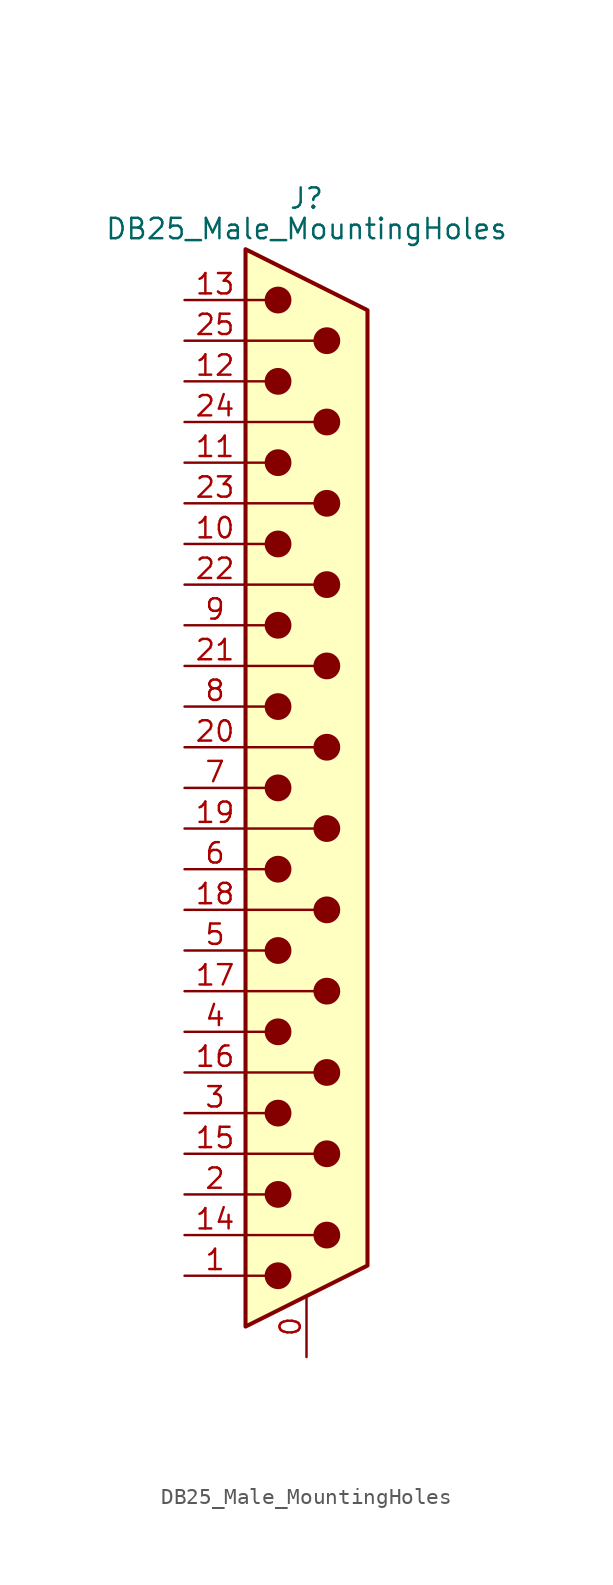
<source format=kicad_sym>
(kicad_symbol_lib
  (version 20211014)
  (generator kicad_symbol_editor)
  (symbol "DB25_Male_MountingHoles"
    (pin_names
      (offset 1.016) hide)
    (property "Reference" "J"
      (at 0 36.83 0)
      (effects (font (size 1.27 1.27))))
    (property "Value" "DB25_Male_MountingHoles"
      (at 0 34.925 0)
      (effects (font (size 1.27 1.27))))
    (symbol "DB25_Male_MountingHoles_0_1"
      (circle (center -1.778 -30.48) (radius 0.762) (stroke (width 0) (type default) (color 0 0 0 0)) (fill (type outline)))
      (circle (center -1.778 -25.4) (radius 0.762) (stroke (width 0) (type default) (color 0 0 0 0)) (fill (type outline)))
      (circle (center -1.778 -20.32) (radius 0.762) (stroke (width 0) (type default) (color 0 0 0 0)) (fill (type outline)))
      (circle (center -1.778 -15.24) (radius 0.762) (stroke (width 0) (type default) (color 0 0 0 0)) (fill (type outline)))
      (circle (center -1.778 -10.16) (radius 0.762) (stroke (width 0) (type default) (color 0 0 0 0)) (fill (type outline)))
      (circle (center -1.778 -5.08) (radius 0.762) (stroke (width 0) (type default) (color 0 0 0 0)) (fill (type outline)))
      (circle (center -1.778 0) (radius 0.762) (stroke (width 0) (type default) (color 0 0 0 0)) (fill (type outline)))
      (circle (center -1.778 5.08) (radius 0.762) (stroke (width 0) (type default) (color 0 0 0 0)) (fill (type outline)))
      (circle (center -1.778 10.16) (radius 0.762) (stroke (width 0) (type default) (color 0 0 0 0)) (fill (type outline)))
      (circle (center -1.778 15.24) (radius 0.762) (stroke (width 0) (type default) (color 0 0 0 0)) (fill (type outline)))
      (circle (center -1.778 20.32) (radius 0.762) (stroke (width 0) (type default) (color 0 0 0 0)) (fill (type outline)))
      (circle (center -1.778 25.4) (radius 0.762) (stroke (width 0) (type default) (color 0 0 0 0)) (fill (type outline)))
      (circle (center -1.778 30.48) (radius 0.762) (stroke (width 0) (type default) (color 0 0 0 0)) (fill (type outline)))
      (polyline (pts (xy -3.81 -30.48) (xy -2.54 -30.48)) (stroke (width 0) (type default) (color 0 0 0 0)) (fill (type none)))
      (polyline (pts (xy -3.81 -27.94) (xy 0.508 -27.94)) (stroke (width 0) (type default) (color 0 0 0 0)) (fill (type none)))
      (polyline (pts (xy -3.81 -25.4) (xy -2.54 -25.4)) (stroke (width 0) (type default) (color 0 0 0 0)) (fill (type none)))
      (polyline (pts (xy -3.81 -22.86) (xy 0.508 -22.86)) (stroke (width 0) (type default) (color 0 0 0 0)) (fill (type none)))
      (polyline (pts (xy -3.81 -20.32) (xy -2.54 -20.32)) (stroke (width 0) (type default) (color 0 0 0 0)) (fill (type none)))
      (polyline (pts (xy -3.81 -17.78) (xy 0.508 -17.78)) (stroke (width 0) (type default) (color 0 0 0 0)) (fill (type none)))
      (polyline (pts (xy -3.81 -15.24) (xy -2.54 -15.24)) (stroke (width 0) (type default) (color 0 0 0 0)) (fill (type none)))
      (polyline (pts (xy -3.81 -12.7) (xy 0.508 -12.7)) (stroke (width 0) (type default) (color 0 0 0 0)) (fill (type none)))
      (polyline (pts (xy -3.81 -10.16) (xy -2.54 -10.16)) (stroke (width 0) (type default) (color 0 0 0 0)) (fill (type none)))
      (polyline (pts (xy -3.81 -7.62) (xy 0.508 -7.62)) (stroke (width 0) (type default) (color 0 0 0 0)) (fill (type none)))
      (polyline (pts (xy -3.81 -5.08) (xy -2.54 -5.08)) (stroke (width 0) (type default) (color 0 0 0 0)) (fill (type none)))
      (polyline (pts (xy -3.81 -2.54) (xy 0.508 -2.54)) (stroke (width 0) (type default) (color 0 0 0 0)) (fill (type none)))
      (polyline (pts (xy -3.81 0) (xy -2.54 0)) (stroke (width 0) (type default) (color 0 0 0 0)) (fill (type none)))
      (polyline (pts (xy -3.81 2.54) (xy 0.508 2.54)) (stroke (width 0) (type default) (color 0 0 0 0)) (fill (type none)))
      (polyline (pts (xy -3.81 5.08) (xy -2.54 5.08)) (stroke (width 0) (type default) (color 0 0 0 0)) (fill (type none)))
      (polyline (pts (xy -3.81 7.62) (xy 0.508 7.62)) (stroke (width 0) (type default) (color 0 0 0 0)) (fill (type none)))
      (polyline (pts (xy -3.81 10.16) (xy -2.54 10.16)) (stroke (width 0) (type default) (color 0 0 0 0)) (fill (type none)))
      (polyline (pts (xy -3.81 12.7) (xy 0.508 12.7)) (stroke (width 0) (type default) (color 0 0 0 0)) (fill (type none)))
      (polyline (pts (xy -3.81 15.24) (xy -2.54 15.24)) (stroke (width 0) (type default) (color 0 0 0 0)) (fill (type none)))
      (polyline (pts (xy -3.81 17.78) (xy 0.508 17.78)) (stroke (width 0) (type default) (color 0 0 0 0)) (fill (type none)))
      (polyline (pts (xy -3.81 20.32) (xy -2.54 20.32)) (stroke (width 0) (type default) (color 0 0 0 0)) (fill (type none)))
      (polyline (pts (xy -3.81 22.86) (xy 0.508 22.86)) (stroke (width 0) (type default) (color 0 0 0 0)) (fill (type none)))
      (polyline (pts (xy -3.81 25.4) (xy -2.54 25.4)) (stroke (width 0) (type default) (color 0 0 0 0)) (fill (type none)))
      (polyline (pts (xy -3.81 27.94) (xy 0.508 27.94)) (stroke (width 0) (type default) (color 0 0 0 0)) (fill (type none)))
      (polyline (pts (xy -3.81 30.48) (xy -2.54 30.48)) (stroke (width 0) (type default) (color 0 0 0 0)) (fill (type none)))
      (polyline (pts (xy -3.81 -33.655) (xy 3.81 -29.845) (xy 3.81 29.845) (xy -3.81 33.655) (xy -3.81 -33.655)) (stroke (width 0.254) (type default) (color 0 0 0 0)) (fill (type background)))
      (circle (center 1.27 -27.94) (radius 0.762) (stroke (width 0) (type default) (color 0 0 0 0)) (fill (type outline)))
      (circle (center 1.27 -22.86) (radius 0.762) (stroke (width 0) (type default) (color 0 0 0 0)) (fill (type outline)))
      (circle (center 1.27 -17.78) (radius 0.762) (stroke (width 0) (type default) (color 0 0 0 0)) (fill (type outline)))
      (circle (center 1.27 -12.7) (radius 0.762) (stroke (width 0) (type default) (color 0 0 0 0)) (fill (type outline)))
      (circle (center 1.27 -7.62) (radius 0.762) (stroke (width 0) (type default) (color 0 0 0 0)) (fill (type outline)))
      (circle (center 1.27 -2.54) (radius 0.762) (stroke (width 0) (type default) (color 0 0 0 0)) (fill (type outline)))
      (circle (center 1.27 2.54) (radius 0.762) (stroke (width 0) (type default) (color 0 0 0 0)) (fill (type outline)))
      (circle (center 1.27 7.62) (radius 0.762) (stroke (width 0) (type default) (color 0 0 0 0)) (fill (type outline)))
      (circle (center 1.27 12.7) (radius 0.762) (stroke (width 0) (type default) (color 0 0 0 0)) (fill (type outline)))
      (circle (center 1.27 17.78) (radius 0.762) (stroke (width 0) (type default) (color 0 0 0 0)) (fill (type outline)))
      (circle (center 1.27 22.86) (radius 0.762) (stroke (width 0) (type default) (color 0 0 0 0)) (fill (type outline)))
      (circle (center 1.27 27.94) (radius 0.762) (stroke (width 0) (type default) (color 0 0 0 0)) (fill (type outline))))
    (symbol "DB25_Male_MountingHoles_1_1"
      (pin passive line (at 0 -35.56 90) (length 3.81) (name "PAD" (effects (font (size 1.27 1.27)))) (number "0" (effects (font (size 1.27 1.27)))))
      (pin passive line (at -7.62 -30.48 0) (length 3.81) (name "1" (effects (font (size 1.27 1.27)))) (number "1" (effects (font (size 1.27 1.27)))))
      (pin passive line (at -7.62 15.24 0) (length 3.81) (name "10" (effects (font (size 1.27 1.27)))) (number "10" (effects (font (size 1.27 1.27)))))
      (pin passive line (at -7.62 20.32 0) (length 3.81) (name "11" (effects (font (size 1.27 1.27)))) (number "11" (effects (font (size 1.27 1.27)))))
      (pin passive line (at -7.62 25.4 0) (length 3.81) (name "12" (effects (font (size 1.27 1.27)))) (number "12" (effects (font (size 1.27 1.27)))))
      (pin passive line (at -7.62 30.48 0) (length 3.81) (name "13" (effects (font (size 1.27 1.27)))) (number "13" (effects (font (size 1.27 1.27)))))
      (pin passive line (at -7.62 -27.94 0) (length 3.81) (name "P14" (effects (font (size 1.27 1.27)))) (number "14" (effects (font (size 1.27 1.27)))))
      (pin passive line (at -7.62 -22.86 0) (length 3.81) (name "P15" (effects (font (size 1.27 1.27)))) (number "15" (effects (font (size 1.27 1.27)))))
      (pin passive line (at -7.62 -17.78 0) (length 3.81) (name "P16" (effects (font (size 1.27 1.27)))) (number "16" (effects (font (size 1.27 1.27)))))
      (pin passive line (at -7.62 -12.7 0) (length 3.81) (name "P17" (effects (font (size 1.27 1.27)))) (number "17" (effects (font (size 1.27 1.27)))))
      (pin passive line (at -7.62 -7.62 0) (length 3.81) (name "P18" (effects (font (size 1.27 1.27)))) (number "18" (effects (font (size 1.27 1.27)))))
      (pin passive line (at -7.62 -2.54 0) (length 3.81) (name "P19" (effects (font (size 1.27 1.27)))) (number "19" (effects (font (size 1.27 1.27)))))
      (pin passive line (at -7.62 -25.4 0) (length 3.81) (name "2" (effects (font (size 1.27 1.27)))) (number "2" (effects (font (size 1.27 1.27)))))
      (pin passive line (at -7.62 2.54 0) (length 3.81) (name "P20" (effects (font (size 1.27 1.27)))) (number "20" (effects (font (size 1.27 1.27)))))
      (pin passive line (at -7.62 7.62 0) (length 3.81) (name "P21" (effects (font (size 1.27 1.27)))) (number "21" (effects (font (size 1.27 1.27)))))
      (pin passive line (at -7.62 12.7 0) (length 3.81) (name "P22" (effects (font (size 1.27 1.27)))) (number "22" (effects (font (size 1.27 1.27)))))
      (pin passive line (at -7.62 17.78 0) (length 3.81) (name "P23" (effects (font (size 1.27 1.27)))) (number "23" (effects (font (size 1.27 1.27)))))
      (pin passive line (at -7.62 22.86 0) (length 3.81) (name "P24" (effects (font (size 1.27 1.27)))) (number "24" (effects (font (size 1.27 1.27)))))
      (pin passive line (at -7.62 27.94 0) (length 3.81) (name "P25" (effects (font (size 1.27 1.27)))) (number "25" (effects (font (size 1.27 1.27)))))
      (pin passive line (at -7.62 -20.32 0) (length 3.81) (name "3" (effects (font (size 1.27 1.27)))) (number "3" (effects (font (size 1.27 1.27)))))
      (pin passive line (at -7.62 -15.24 0) (length 3.81) (name "4" (effects (font (size 1.27 1.27)))) (number "4" (effects (font (size 1.27 1.27)))))
      (pin passive line (at -7.62 -10.16 0) (length 3.81) (name "5" (effects (font (size 1.27 1.27)))) (number "5" (effects (font (size 1.27 1.27)))))
      (pin passive line (at -7.62 -5.08 0) (length 3.81) (name "6" (effects (font (size 1.27 1.27)))) (number "6" (effects (font (size 1.27 1.27)))))
      (pin passive line (at -7.62 0 0) (length 3.81) (name "7" (effects (font (size 1.27 1.27)))) (number "7" (effects (font (size 1.27 1.27)))))
      (pin passive line (at -7.62 5.08 0) (length 3.81) (name "8" (effects (font (size 1.27 1.27)))) (number "8" (effects (font (size 1.27 1.27)))))
      (pin passive line (at -7.62 10.16 0) (length 3.81) (name "9" (effects (font (size 1.27 1.27)))) (number "9" (effects (font (size 1.27 1.27))))))))
</source>
